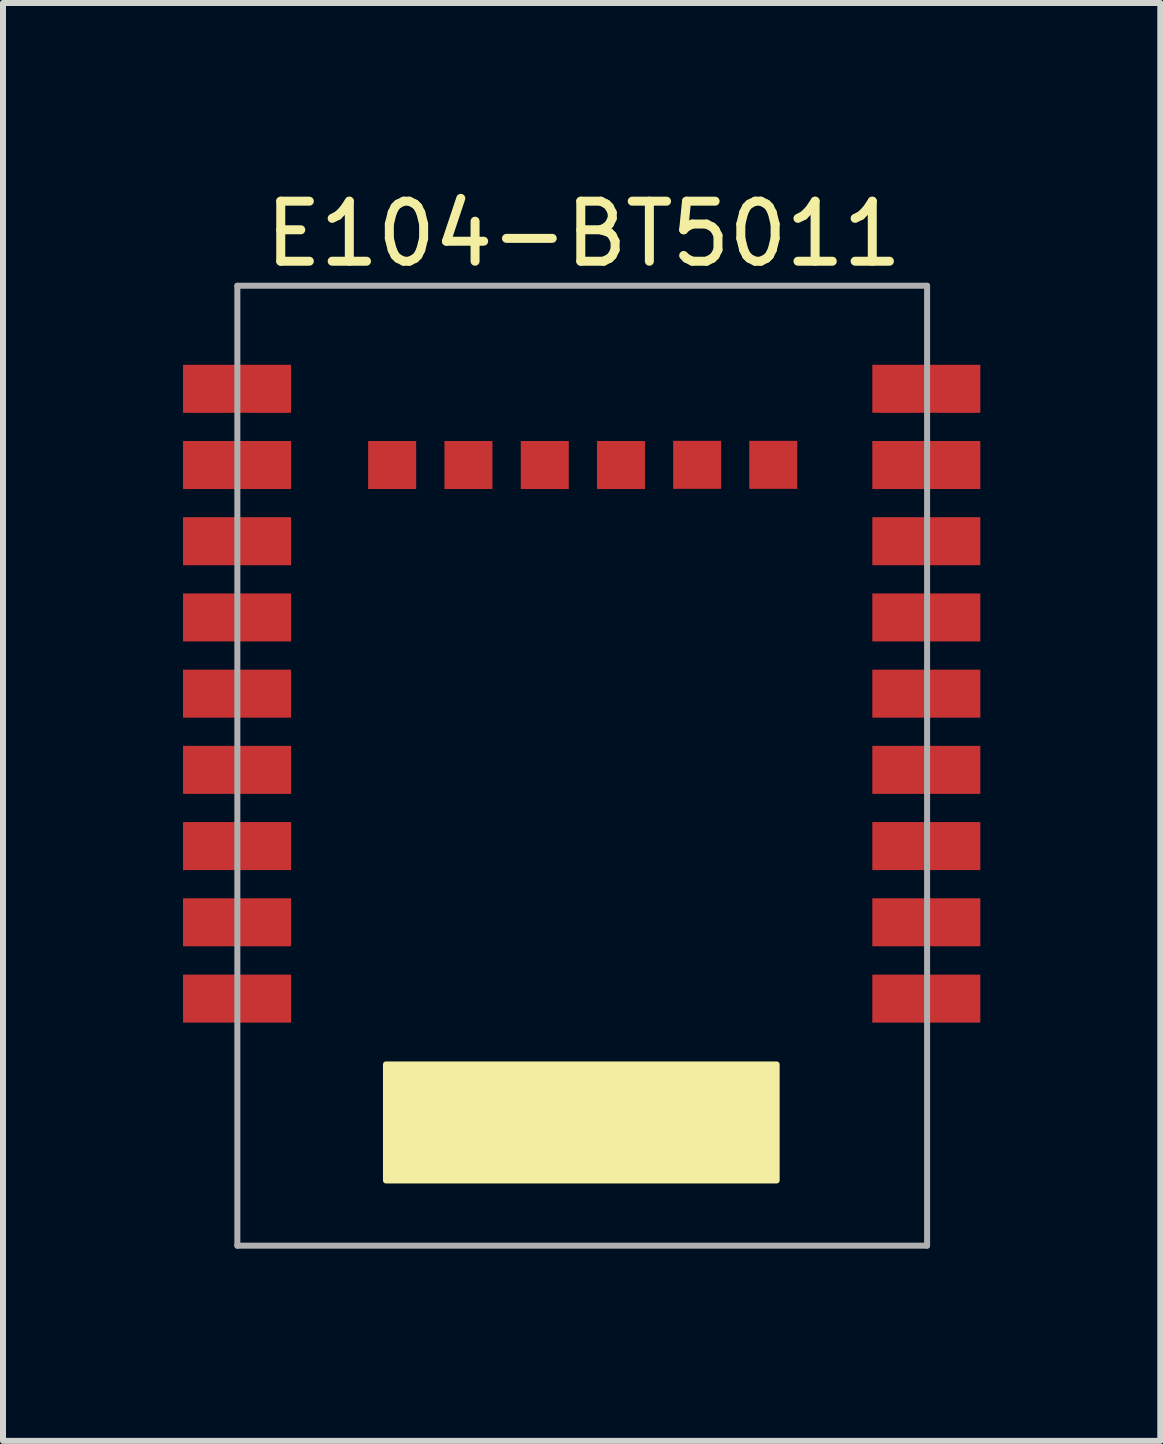
<source format=kicad_pcb>
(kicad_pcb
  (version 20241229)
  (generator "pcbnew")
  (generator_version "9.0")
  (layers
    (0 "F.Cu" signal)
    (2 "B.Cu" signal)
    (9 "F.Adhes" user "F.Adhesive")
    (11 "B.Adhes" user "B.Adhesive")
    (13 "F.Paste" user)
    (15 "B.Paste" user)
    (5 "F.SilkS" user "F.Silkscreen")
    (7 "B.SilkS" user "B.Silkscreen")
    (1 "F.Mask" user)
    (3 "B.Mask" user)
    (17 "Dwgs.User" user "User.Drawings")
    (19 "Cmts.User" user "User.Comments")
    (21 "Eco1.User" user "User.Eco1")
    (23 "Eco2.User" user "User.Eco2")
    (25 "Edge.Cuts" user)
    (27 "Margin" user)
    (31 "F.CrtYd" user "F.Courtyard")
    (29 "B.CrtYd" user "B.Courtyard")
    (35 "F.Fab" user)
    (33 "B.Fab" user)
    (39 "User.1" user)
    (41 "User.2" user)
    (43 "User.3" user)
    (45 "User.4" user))
  (footprint "E104-BT5011"
    (layer "F.Cu")
    (at 0.9 17.711)
    (property "Reference" "E104-BT5011" (at 5.776 -16.863 180) (layer "F.SilkS") (effects (font (size 1 1) (thickness 0.15))))
    (attr smd)
    (fp_poly (pts (xy 8.992 -1.09) (xy 2.482 -1.09) (xy 2.482 -3.023) (xy 8.992 -3.023)) (stroke (width 0.1) (type solid)) (fill yes) (layer "F.SilkS"))
    (fp_line (start 0.005 -15.999) (end 0.005 -0.003) (stroke (width 0.1) (type solid)) (layer "F.Fab"))
    (fp_line (start 0.005 -0.003) (end 11.499 -0.003) (stroke (width 0.1) (type solid)) (layer "F.Fab"))
    (fp_line (start 11.499 -15.999) (end 0.005 -15.999) (stroke (width 0.1) (type solid)) (layer "F.Fab"))
    (fp_line (start 11.499 -0.005) (end 11.499 -15.999) (stroke (width 0.1) (type solid)) (layer "F.Fab"))
    (pad "1" smd rect (at 11.486 -4.12 180) (size 1.8 0.8) (layers "F.Cu" "F.Mask" "F.Paste"))
    (pad "2" smd rect (at 11.486 -5.392 180) (size 1.8 0.8) (layers "F.Cu" "F.Mask" "F.Paste"))
    (pad "3" smd rect (at 11.486 -6.662 180) (size 1.8 0.8) (layers "F.Cu" "F.Mask" "F.Paste"))
    (pad "4" smd rect (at 11.486 -7.932 180) (size 1.8 0.8) (layers "F.Cu" "F.Mask" "F.Paste"))
    (pad "5" smd rect (at 11.486 -9.202 180) (size 1.8 0.8) (layers "F.Cu" "F.Mask" "F.Paste"))
    (pad "6" smd rect (at 11.486 -10.472 180) (size 1.8 0.8) (layers "F.Cu" "F.Mask" "F.Paste"))
    (pad "7" smd rect (at 11.486 -11.742 180) (size 1.8 0.8) (layers "F.Cu" "F.Mask" "F.Paste"))
    (pad "8" smd rect (at 11.486 -13.012 180) (size 1.8 0.8) (layers "F.Cu" "F.Mask" "F.Paste"))
    (pad "9" smd rect (at 11.486 -14.282 180) (size 1.8 0.8) (layers "F.Cu" "F.Mask" "F.Paste"))
    (pad "10" smd rect (at 2.585 -13.012 180) (size 0.8 0.8) (layers "F.Cu" "F.Mask" "F.Paste"))
    (pad "11" smd rect (at 3.856 -13.012 180) (size 0.8 0.8) (layers "F.Cu" "F.Mask" "F.Paste"))
    (pad "12" smd rect (at 5.128 -13.012 180) (size 0.8 0.8) (layers "F.Cu" "F.Mask" "F.Paste"))
    (pad "13" smd rect (at 6.398 -13.012 180) (size 0.8 0.8) (layers "F.Cu" "F.Mask" "F.Paste"))
    (pad "14" smd rect (at 7.668 -13.015 180) (size 0.8 0.8) (layers "F.Cu" "F.Mask" "F.Paste"))
    (pad "15" smd rect (at 8.936 -13.015 180) (size 0.8 0.8) (layers "F.Cu" "F.Mask" "F.Paste"))
    (pad "16" smd rect (at 0.0003 -14.282 180) (size 1.8 0.8) (layers "F.Cu" "F.Mask" "F.Paste"))
    (pad "17" smd rect (at 0.0003 -13.012 180) (size 1.8 0.8) (layers "F.Cu" "F.Mask" "F.Paste"))
    (pad "18" smd rect (at 0.0003 -11.742 180) (size 1.8 0.8) (layers "F.Cu" "F.Mask" "F.Paste"))
    (pad "19" smd rect (at 0.0003 -10.472 180) (size 1.8 0.8) (layers "F.Cu" "F.Mask" "F.Paste"))
    (pad "20" smd rect (at 0.0003 -9.202 180) (size 1.8 0.8) (layers "F.Cu" "F.Mask" "F.Paste"))
    (pad "21" smd rect (at 0.0003 -7.932 180) (size 1.8 0.8) (layers "F.Cu" "F.Mask" "F.Paste"))
    (pad "22" smd rect (at 0.0003 -6.662 180) (size 1.8 0.8) (layers "F.Cu" "F.Mask" "F.Paste"))
    (pad "23" smd rect (at 0.0003 -5.392 180) (size 1.8 0.8) (layers "F.Cu" "F.Mask" "F.Paste"))
    (pad "24" smd rect (at 0.0003 -4.12 180) (size 1.8 0.8) (layers "F.Cu" "F.Mask" "F.Paste")))
  (gr_rect
    (start -3 -3)
    (end 16.285 20.961)
    (stroke (width 0.1) (type default))
    (fill no)
    (layer "Edge.Cuts")))
</source>
